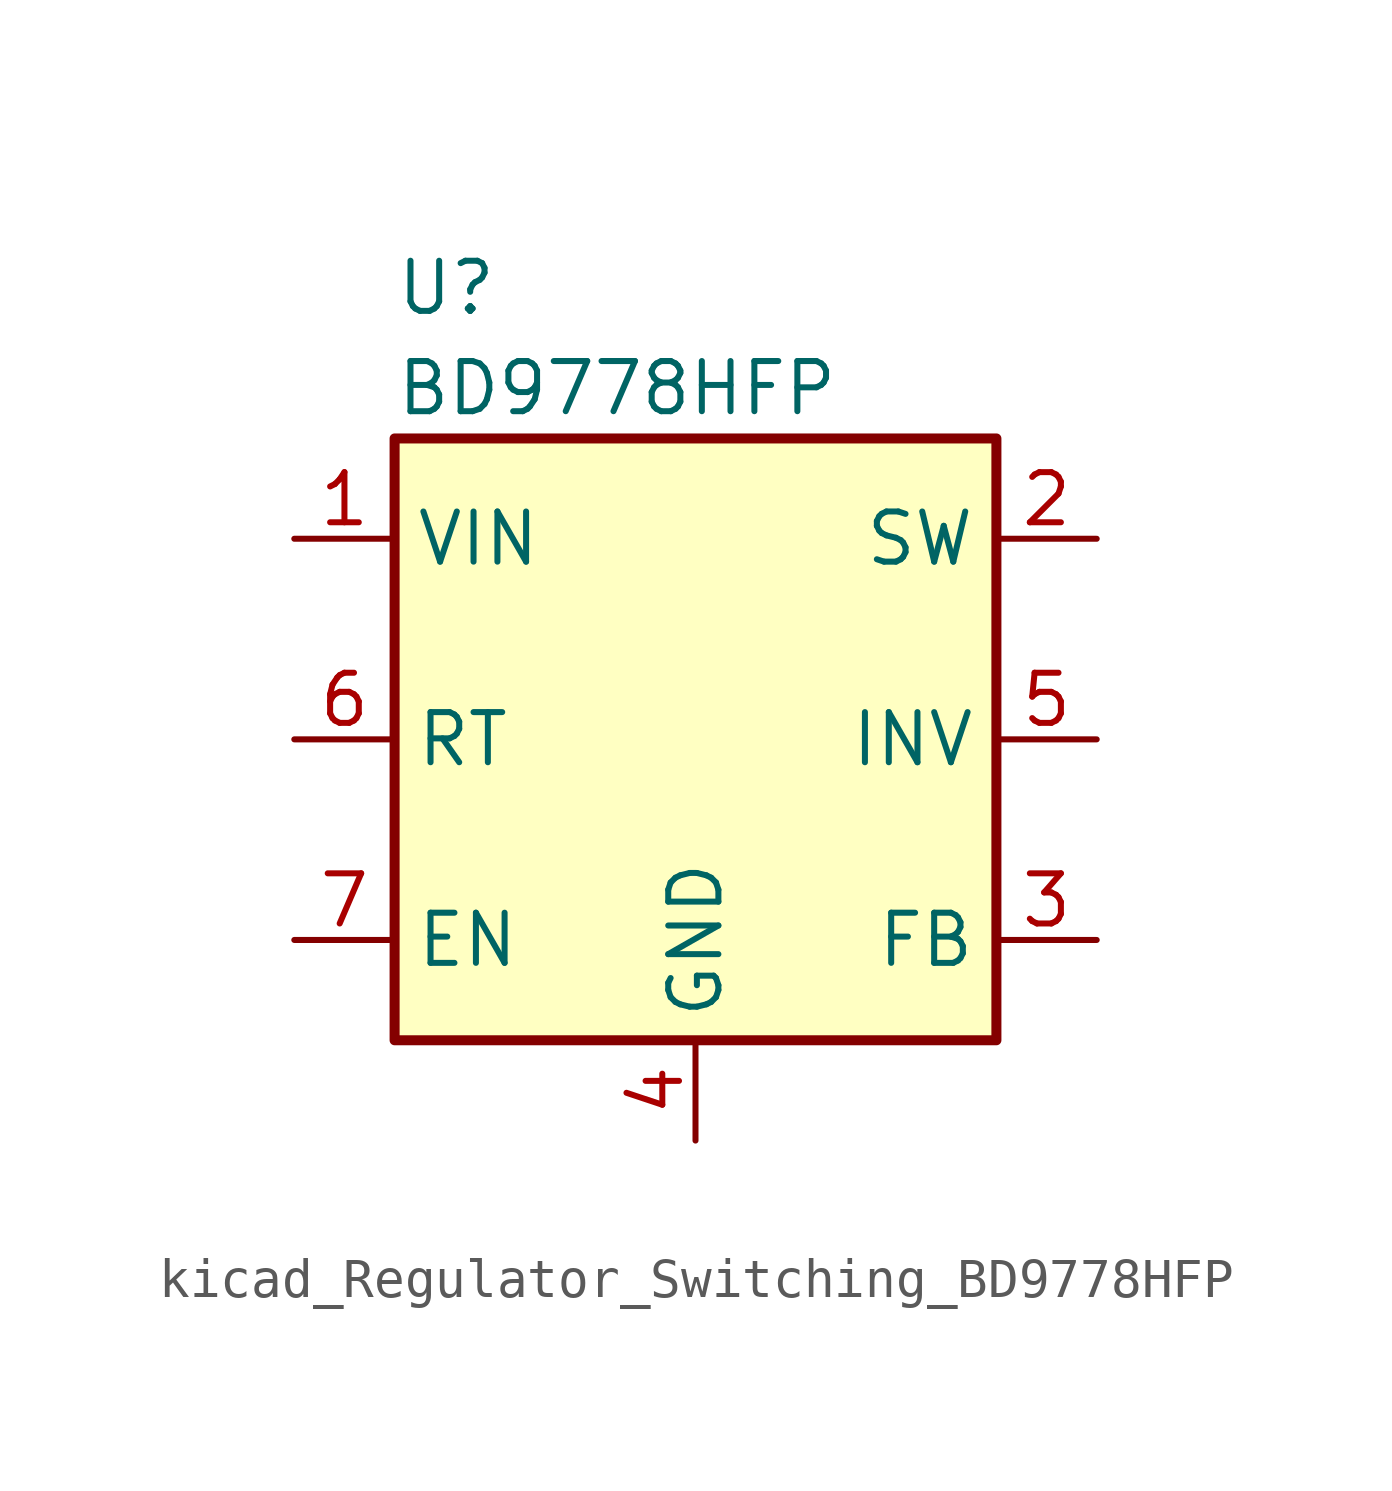
<source format=kicad_sym>
(kicad_symbol_lib
  (version 20220914)
  (generator kicad_symbol_editor)
  (symbol "kicad_Regulator_Switching_BD9778HFP"
    (property "Reference" "U"
      (at -7.62 11.43 0)
      (effects (font (size 1.27 1.27)) (justify left)))
    (property "Value" "BD9778HFP"
      (at -7.62 8.89 0)
      (effects (font (size 1.27 1.27)) (justify left)))
    (symbol "kicad_Regulator_Switching_BD9778HFP_0_1"
      (rectangle (start -7.62 7.62) (end 7.62 -7.62) (stroke (width 0.254) (type default)) (fill (type background))))
    (symbol "kicad_Regulator_Switching_BD9778HFP_1_1"
      (pin power_in line (at -10.16 5.08 0) (length 2.54) (name "VIN" (effects (font (size 1.27 1.27)))) (number "1" (effects (font (size 1.27 1.27)))))
      (pin output line (at 10.16 5.08 180) (length 2.54) (name "SW" (effects (font (size 1.27 1.27)))) (number "2" (effects (font (size 1.27 1.27)))))
      (pin passive line (at 10.16 -5.08 180) (length 2.54) (name "FB" (effects (font (size 1.27 1.27)))) (number "3" (effects (font (size 1.27 1.27)))))
      (pin power_in line (at 0 -10.16 90) (length 2.54) (name "GND" (effects (font (size 1.27 1.27)))) (number "4" (effects (font (size 1.27 1.27)))))
      (pin input line (at 10.16 0 180) (length 2.54) (name "INV" (effects (font (size 1.27 1.27)))) (number "5" (effects (font (size 1.27 1.27)))))
      (pin passive line (at -10.16 0 0) (length 2.54) (name "RT" (effects (font (size 1.27 1.27)))) (number "6" (effects (font (size 1.27 1.27)))))
      (pin passive line (at -10.16 -5.08 0) (length 2.54) (name "EN" (effects (font (size 1.27 1.27)))) (number "7" (effects (font (size 1.27 1.27))))))))
</source>
